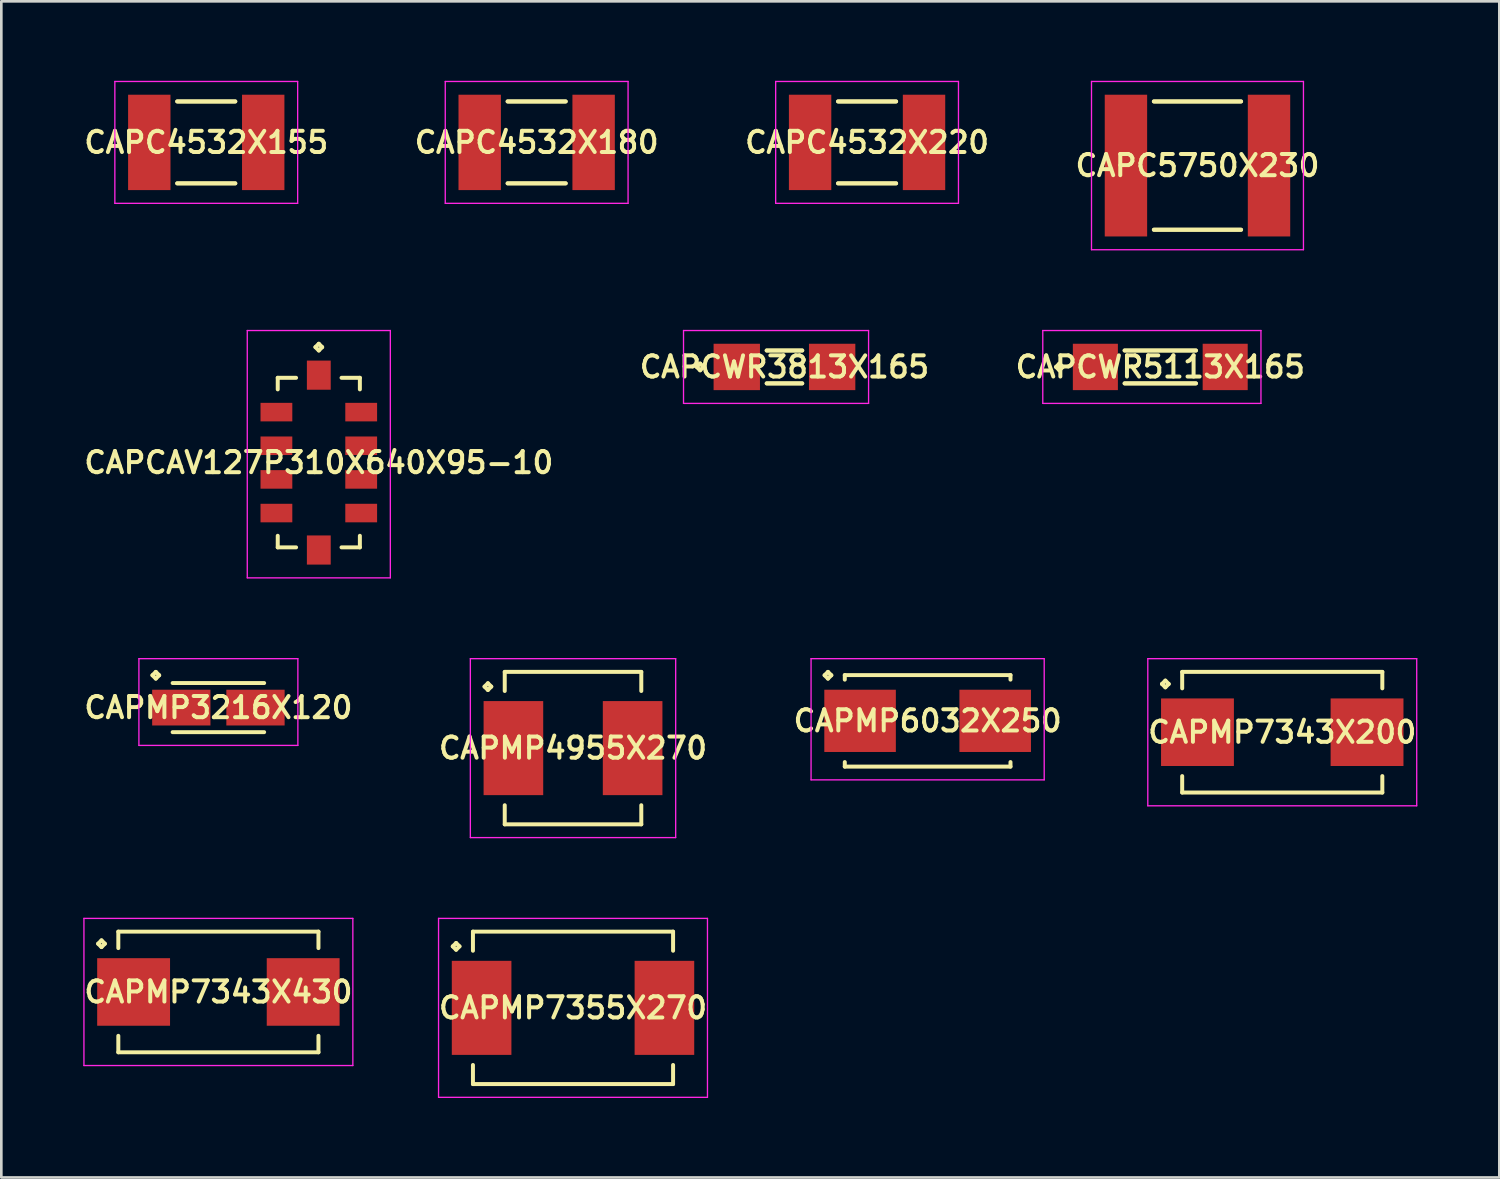
<source format=kicad_pcb>
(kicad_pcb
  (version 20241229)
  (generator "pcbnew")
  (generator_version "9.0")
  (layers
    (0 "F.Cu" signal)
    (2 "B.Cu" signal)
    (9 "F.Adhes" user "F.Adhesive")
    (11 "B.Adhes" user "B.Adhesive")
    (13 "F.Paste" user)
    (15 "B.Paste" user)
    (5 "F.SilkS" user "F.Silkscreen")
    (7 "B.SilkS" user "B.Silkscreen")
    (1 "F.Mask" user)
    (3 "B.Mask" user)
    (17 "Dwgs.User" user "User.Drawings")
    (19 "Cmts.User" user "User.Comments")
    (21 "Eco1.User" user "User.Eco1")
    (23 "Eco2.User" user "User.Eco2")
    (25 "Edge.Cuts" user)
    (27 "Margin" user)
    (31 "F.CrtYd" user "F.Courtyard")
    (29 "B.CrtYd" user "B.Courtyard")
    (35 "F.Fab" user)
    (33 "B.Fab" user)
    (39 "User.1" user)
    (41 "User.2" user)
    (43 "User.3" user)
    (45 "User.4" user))
  (footprint "CAPMP7343X200"
    (layer "F.Cu")
    (at 45.348 24.587)
    (property "Reference" "CAPMP7343X200" (at 0 0 0) (layer "F.SilkS") (effects (font (size 0.8 0.8) (thickness 0.15))))
    (attr smd)
    (fp_line (start -4.539 -1.821) (end -4.412 -1.948) (stroke (width 0.15) (type solid)) (layer "F.SilkS"))
    (fp_line (start -4.412 -1.948) (end -4.285 -1.821) (stroke (width 0.15) (type solid)) (layer "F.SilkS"))
    (fp_line (start -4.412 -1.694) (end -4.539 -1.821) (stroke (width 0.15) (type solid)) (layer "F.SilkS"))
    (fp_line (start -4.285 -1.821) (end -4.412 -1.694) (stroke (width 0.15) (type solid)) (layer "F.SilkS"))
    (fp_line (start -3.777 -2.277) (end 3.777 -2.277) (stroke (width 0.15) (type solid)) (layer "F.SilkS"))
    (fp_line (start -3.777 -1.656) (end -3.777 -2.277) (stroke (width 0.15) (type solid)) (layer "F.SilkS"))
    (fp_line (start -3.777 1.656) (end -3.777 2.277) (stroke (width 0.15) (type solid)) (layer "F.SilkS"))
    (fp_line (start -3.777 2.277) (end 3.777 2.277) (stroke (width 0.15) (type solid)) (layer "F.SilkS"))
    (fp_line (start 3.777 -2.277) (end 3.777 -1.656) (stroke (width 0.15) (type solid)) (layer "F.SilkS"))
    (fp_line (start 3.777 2.277) (end 3.777 1.656) (stroke (width 0.15) (type solid)) (layer "F.SilkS"))
    (fp_line (start -5.075 -2.777) (end 5.075 -2.777) (stroke (width 0.05) (type solid)) (layer "F.CrtYd"))
    (fp_line (start -5.075 2.777) (end -5.075 -2.777) (stroke (width 0.05) (type solid)) (layer "F.CrtYd"))
    (fp_line (start 5.075 -2.777) (end 5.075 2.777) (stroke (width 0.05) (type solid)) (layer "F.CrtYd"))
    (fp_line (start 5.075 2.777) (end -5.075 2.777) (stroke (width 0.05) (type solid)) (layer "F.CrtYd"))
    (pad "1" smd rect (at -3.2 0) (size 2.75 2.55) (layers "F.Cu" "F.Mask" "F.Paste"))
    (pad "2" smd rect (at 3.2 0) (size 2.75 2.55) (layers "F.Cu" "F.Mask" "F.Paste")))
  (footprint "CAPCAV127P310X640X95-10"
    (layer "F.Cu")
    (at 8.983 14.41)
    (property "Reference" "CAPCAV127P310X640X95-10" (at 0 0 0) (layer "F.SilkS") (effects (font (size 0.8 0.8) (thickness 0.15))))
    (attr smd)
    (fp_line (start -1.55 -3.2) (end -0.858 -3.2) (stroke (width 0.15) (type solid)) (layer "F.SilkS"))
    (fp_line (start -1.55 -2.763) (end -1.55 -3.2) (stroke (width 0.15) (type solid)) (layer "F.SilkS"))
    (fp_line (start -1.55 2.763) (end -1.55 3.2) (stroke (width 0.15) (type solid)) (layer "F.SilkS"))
    (fp_line (start -1.55 3.2) (end -0.858 3.2) (stroke (width 0.15) (type solid)) (layer "F.SilkS"))
    (fp_line (start -0.127 -4.358) (end 0 -4.485) (stroke (width 0.15) (type solid)) (layer "F.SilkS"))
    (fp_line (start 0 -4.485) (end 0.127 -4.358) (stroke (width 0.15) (type solid)) (layer "F.SilkS"))
    (fp_line (start 0 -4.231) (end -0.127 -4.358) (stroke (width 0.15) (type solid)) (layer "F.SilkS"))
    (fp_line (start 0.127 -4.358) (end 0 -4.231) (stroke (width 0.15) (type solid)) (layer "F.SilkS"))
    (fp_line (start 1.55 -3.2) (end 0.858 -3.2) (stroke (width 0.15) (type solid)) (layer "F.SilkS"))
    (fp_line (start 1.55 -2.763) (end 1.55 -3.2) (stroke (width 0.15) (type solid)) (layer "F.SilkS"))
    (fp_line (start 1.55 2.763) (end 1.55 3.2) (stroke (width 0.15) (type solid)) (layer "F.SilkS"))
    (fp_line (start 1.55 3.2) (end 0.858 3.2) (stroke (width 0.15) (type solid)) (layer "F.SilkS"))
    (fp_line (start -2.7 -4.985) (end 2.7 -4.985) (stroke (width 0.05) (type solid)) (layer "F.CrtYd"))
    (fp_line (start -2.7 4.35) (end -2.7 -4.985) (stroke (width 0.05) (type solid)) (layer "F.CrtYd"))
    (fp_line (start 2.7 -4.985) (end 2.7 4.35) (stroke (width 0.05) (type solid)) (layer "F.CrtYd"))
    (fp_line (start 2.7 4.35) (end -2.7 4.35) (stroke (width 0.05) (type solid)) (layer "F.CrtYd"))
    (pad "1" smd rect (at 0 -3.3) (size 0.9 1.1) (layers "F.Cu" "F.Mask" "F.Paste"))
    (pad "2" smd rect (at -1.6 -1.905) (size 1.2 0.7) (layers "F.Cu" "F.Mask" "F.Paste"))
    (pad "3" smd rect (at -1.6 -0.635) (size 1.2 0.7) (layers "F.Cu" "F.Mask" "F.Paste"))
    (pad "4" smd rect (at -1.6 0.635) (size 1.2 0.7) (layers "F.Cu" "F.Mask" "F.Paste"))
    (pad "5" smd rect (at -1.6 1.905) (size 1.2 0.7) (layers "F.Cu" "F.Mask" "F.Paste"))
    (pad "6" smd rect (at 0 3.3) (size 0.9 1.1) (layers "F.Cu" "F.Mask" "F.Paste"))
    (pad "7" smd rect (at 1.6 1.905) (size 1.2 0.7) (layers "F.Cu" "F.Mask" "F.Paste"))
    (pad "8" smd rect (at 1.6 0.635) (size 1.2 0.7) (layers "F.Cu" "F.Mask" "F.Paste"))
    (pad "9" smd rect (at 1.6 -0.635) (size 1.2 0.7) (layers "F.Cu" "F.Mask" "F.Paste"))
    (pad "10" smd rect (at 1.6 -1.905) (size 1.2 0.7) (layers "F.Cu" "F.Mask" "F.Paste")))
  (footprint "CAPMP7343X430"
    (layer "F.Cu")
    (at 5.193 34.391)
    (property "Reference" "CAPMP7343X430" (at 0 0 0) (layer "F.SilkS") (effects (font (size 0.8 0.8) (thickness 0.15))))
    (attr smd)
    (fp_line (start -4.539 -1.821) (end -4.412 -1.948) (stroke (width 0.15) (type solid)) (layer "F.SilkS"))
    (fp_line (start -4.412 -1.948) (end -4.285 -1.821) (stroke (width 0.15) (type solid)) (layer "F.SilkS"))
    (fp_line (start -4.412 -1.694) (end -4.539 -1.821) (stroke (width 0.15) (type solid)) (layer "F.SilkS"))
    (fp_line (start -4.285 -1.821) (end -4.412 -1.694) (stroke (width 0.15) (type solid)) (layer "F.SilkS"))
    (fp_line (start -3.777 -2.277) (end 3.777 -2.277) (stroke (width 0.15) (type solid)) (layer "F.SilkS"))
    (fp_line (start -3.777 -1.656) (end -3.777 -2.277) (stroke (width 0.15) (type solid)) (layer "F.SilkS"))
    (fp_line (start -3.777 1.656) (end -3.777 2.277) (stroke (width 0.15) (type solid)) (layer "F.SilkS"))
    (fp_line (start -3.777 2.277) (end 3.777 2.277) (stroke (width 0.15) (type solid)) (layer "F.SilkS"))
    (fp_line (start 3.777 -2.277) (end 3.777 -1.656) (stroke (width 0.15) (type solid)) (layer "F.SilkS"))
    (fp_line (start 3.777 2.277) (end 3.777 1.656) (stroke (width 0.15) (type solid)) (layer "F.SilkS"))
    (fp_line (start -5.075 -2.777) (end 5.075 -2.777) (stroke (width 0.05) (type solid)) (layer "F.CrtYd"))
    (fp_line (start -5.075 2.777) (end -5.075 -2.777) (stroke (width 0.05) (type solid)) (layer "F.CrtYd"))
    (fp_line (start 5.075 -2.777) (end 5.075 2.777) (stroke (width 0.05) (type solid)) (layer "F.CrtYd"))
    (fp_line (start 5.075 2.777) (end -5.075 2.777) (stroke (width 0.05) (type solid)) (layer "F.CrtYd"))
    (pad "1" smd rect (at -3.2 0) (size 2.75 2.55) (layers "F.Cu" "F.Mask" "F.Paste"))
    (pad "2" smd rect (at 3.2 0) (size 2.75 2.55) (layers "F.Cu" "F.Mask" "F.Paste")))
  (footprint "CAPCWR5113X165"
    (layer "F.Cu")
    (at 40.744 10.8)
    (property "Reference" "CAPCWR5113X165" (at 0 0 0) (layer "F.SilkS") (effects (font (size 0.8 0.8) (thickness 0.15))))
    (attr smd)
    (fp_line (start -3.935 0) (end -3.808 -0.127) (stroke (width 0.15) (type solid)) (layer "F.SilkS"))
    (fp_line (start -3.808 -0.127) (end -3.681 0) (stroke (width 0.15) (type solid)) (layer "F.SilkS"))
    (fp_line (start -3.808 0.127) (end -3.935 0) (stroke (width 0.15) (type solid)) (layer "F.SilkS"))
    (fp_line (start -3.681 0) (end -3.808 0.127) (stroke (width 0.15) (type solid)) (layer "F.SilkS"))
    (fp_line (start -1.346 -0.621) (end 1.346 -0.621) (stroke (width 0.15) (type solid)) (layer "F.SilkS"))
    (fp_line (start -1.346 0.621) (end 1.346 0.621) (stroke (width 0.15) (type solid)) (layer "F.SilkS"))
    (fp_line (start 1.346 -0.621) (end -1.346 -0.621) (stroke (width 0.15) (type solid)) (layer "F.SilkS"))
    (fp_line (start 1.346 0.621) (end -1.346 0.621) (stroke (width 0.15) (type solid)) (layer "F.SilkS"))
    (fp_line (start -4.435 -1.375) (end 3.8 -1.375) (stroke (width 0.05) (type solid)) (layer "F.CrtYd"))
    (fp_line (start -4.435 1.375) (end -4.435 -1.375) (stroke (width 0.05) (type solid)) (layer "F.CrtYd"))
    (fp_line (start 3.8 -1.375) (end 3.8 1.375) (stroke (width 0.05) (type solid)) (layer "F.CrtYd"))
    (fp_line (start 3.8 1.375) (end -4.435 1.375) (stroke (width 0.05) (type solid)) (layer "F.CrtYd"))
    (pad "1" smd rect (at -2.45 0) (size 1.7 1.75) (layers "F.Cu" "F.Mask" "F.Paste"))
    (pad "2" smd rect (at 2.45 0) (size 1.7 1.75) (layers "F.Cu" "F.Mask" "F.Paste")))
  (footprint "CAPMP6032X250"
    (layer "F.Cu")
    (at 31.963 24.158)
    (property "Reference" "CAPMP6032X250" (at 0 0 0) (layer "F.SilkS") (effects (font (size 0.8 0.8) (thickness 0.15))))
    (attr smd)
    (fp_line (start -3.889 -1.721) (end -3.762 -1.848) (stroke (width 0.15) (type solid)) (layer "F.SilkS"))
    (fp_line (start -3.762 -1.848) (end -3.635 -1.721) (stroke (width 0.15) (type solid)) (layer "F.SilkS"))
    (fp_line (start -3.762 -1.594) (end -3.889 -1.721) (stroke (width 0.15) (type solid)) (layer "F.SilkS"))
    (fp_line (start -3.635 -1.721) (end -3.762 -1.594) (stroke (width 0.15) (type solid)) (layer "F.SilkS"))
    (fp_line (start -3.127 -1.727) (end 3.127 -1.727) (stroke (width 0.15) (type solid)) (layer "F.SilkS"))
    (fp_line (start -3.127 -1.556) (end -3.127 -1.727) (stroke (width 0.15) (type solid)) (layer "F.SilkS"))
    (fp_line (start -3.127 1.556) (end -3.127 1.727) (stroke (width 0.15) (type solid)) (layer "F.SilkS"))
    (fp_line (start -3.127 1.727) (end 3.127 1.727) (stroke (width 0.15) (type solid)) (layer "F.SilkS"))
    (fp_line (start 3.127 -1.727) (end 3.127 -1.556) (stroke (width 0.15) (type solid)) (layer "F.SilkS"))
    (fp_line (start 3.127 1.727) (end 3.127 1.556) (stroke (width 0.15) (type solid)) (layer "F.SilkS"))
    (fp_line (start -4.4 -2.348) (end 4.4 -2.348) (stroke (width 0.05) (type solid)) (layer "F.CrtYd"))
    (fp_line (start -4.4 2.227) (end -4.4 -2.348) (stroke (width 0.05) (type solid)) (layer "F.CrtYd"))
    (fp_line (start 4.4 -2.348) (end 4.4 2.227) (stroke (width 0.05) (type solid)) (layer "F.CrtYd"))
    (fp_line (start 4.4 2.227) (end -4.4 2.227) (stroke (width 0.05) (type solid)) (layer "F.CrtYd"))
    (pad "1" smd rect (at -2.55 0) (size 2.7 2.35) (layers "F.Cu" "F.Mask" "F.Paste"))
    (pad "2" smd rect (at 2.55 0) (size 2.7 2.35) (layers "F.Cu" "F.Mask" "F.Paste")))
  (footprint "CAPC4532X155"
    (layer "F.Cu")
    (at 4.735 2.325)
    (property "Reference" "CAPC4532X155" (at 0 0 0) (layer "F.SilkS") (effects (font (size 0.8 0.8) (thickness 0.15))))
    (attr smd)
    (fp_line (start -1.096 -1.546) (end 1.096 -1.546) (stroke (width 0.15) (type solid)) (layer "F.SilkS"))
    (fp_line (start -1.096 1.546) (end 1.096 1.546) (stroke (width 0.15) (type solid)) (layer "F.SilkS"))
    (fp_line (start 1.096 -1.546) (end -1.096 -1.546) (stroke (width 0.15) (type solid)) (layer "F.SilkS"))
    (fp_line (start 1.096 1.546) (end -1.096 1.546) (stroke (width 0.15) (type solid)) (layer "F.SilkS"))
    (fp_line (start -3.45 -2.3) (end 3.45 -2.3) (stroke (width 0.05) (type solid)) (layer "F.CrtYd"))
    (fp_line (start -3.45 2.3) (end -3.45 -2.3) (stroke (width 0.05) (type solid)) (layer "F.CrtYd"))
    (fp_line (start 3.45 -2.3) (end 3.45 2.3) (stroke (width 0.05) (type solid)) (layer "F.CrtYd"))
    (fp_line (start 3.45 2.3) (end -3.45 2.3) (stroke (width 0.05) (type solid)) (layer "F.CrtYd"))
    (pad "1" smd rect (at -2.15 0) (size 1.6 3.6) (layers "F.Cu" "F.Mask" "F.Paste"))
    (pad "2" smd rect (at 2.15 0) (size 1.6 3.6) (layers "F.Cu" "F.Mask" "F.Paste")))
  (footprint "CAPMP3216X120"
    (layer "F.Cu")
    (at 5.193 23.658)
    (property "Reference" "CAPMP3216X120" (at 0 0 0) (layer "F.SilkS") (effects (font (size 0.8 0.8) (thickness 0.15))))
    (attr smd)
    (fp_line (start -2.489 -1.221) (end -2.362 -1.348) (stroke (width 0.15) (type solid)) (layer "F.SilkS"))
    (fp_line (start -2.362 -1.348) (end -2.235 -1.221) (stroke (width 0.15) (type solid)) (layer "F.SilkS"))
    (fp_line (start -2.362 -1.094) (end -2.489 -1.221) (stroke (width 0.15) (type solid)) (layer "F.SilkS"))
    (fp_line (start -2.235 -1.221) (end -2.362 -1.094) (stroke (width 0.15) (type solid)) (layer "F.SilkS"))
    (fp_line (start -1.727 -0.927) (end 1.727 -0.927) (stroke (width 0.15) (type solid)) (layer "F.SilkS"))
    (fp_line (start -1.727 0.927) (end 1.727 0.927) (stroke (width 0.15) (type solid)) (layer "F.SilkS"))
    (fp_line (start -3 -1.848) (end 3 -1.848) (stroke (width 0.05) (type solid)) (layer "F.CrtYd"))
    (fp_line (start -3 1.427) (end -3 -1.848) (stroke (width 0.05) (type solid)) (layer "F.CrtYd"))
    (fp_line (start 3 -1.848) (end 3 1.427) (stroke (width 0.05) (type solid)) (layer "F.CrtYd"))
    (fp_line (start 3 1.427) (end -3 1.427) (stroke (width 0.05) (type solid)) (layer "F.CrtYd"))
    (pad "1" smd rect (at -1.4 0) (size 2.2 1.35) (layers "F.Cu" "F.Mask" "F.Paste"))
    (pad "2" smd rect (at 1.4 0) (size 2.2 1.35) (layers "F.Cu" "F.Mask" "F.Paste")))
  (footprint "CAPCWR3813X165"
    (layer "F.Cu")
    (at 26.559 10.8)
    (property "Reference" "CAPCWR3813X165" (at 0 0 0) (layer "F.SilkS") (effects (font (size 0.8 0.8) (thickness 0.15))))
    (attr smd)
    (fp_line (start -3.31 0) (end -3.183 -0.127) (stroke (width 0.15) (type solid)) (layer "F.SilkS"))
    (fp_line (start -3.183 -0.127) (end -3.056 0) (stroke (width 0.15) (type solid)) (layer "F.SilkS"))
    (fp_line (start -3.183 0.127) (end -3.31 0) (stroke (width 0.15) (type solid)) (layer "F.SilkS"))
    (fp_line (start -3.056 0) (end -3.183 0.127) (stroke (width 0.15) (type solid)) (layer "F.SilkS"))
    (fp_line (start -0.671 -0.621) (end 0.671 -0.621) (stroke (width 0.15) (type solid)) (layer "F.SilkS"))
    (fp_line (start -0.671 0.621) (end 0.671 0.621) (stroke (width 0.15) (type solid)) (layer "F.SilkS"))
    (fp_line (start 0.671 -0.621) (end -0.671 -0.621) (stroke (width 0.15) (type solid)) (layer "F.SilkS"))
    (fp_line (start 0.671 0.621) (end -0.671 0.621) (stroke (width 0.15) (type solid)) (layer "F.SilkS"))
    (fp_line (start -3.81 -1.375) (end 3.175 -1.375) (stroke (width 0.05) (type solid)) (layer "F.CrtYd"))
    (fp_line (start -3.81 1.375) (end -3.81 -1.375) (stroke (width 0.05) (type solid)) (layer "F.CrtYd"))
    (fp_line (start 3.175 -1.375) (end 3.175 1.375) (stroke (width 0.05) (type solid)) (layer "F.CrtYd"))
    (fp_line (start 3.175 1.375) (end -3.81 1.375) (stroke (width 0.05) (type solid)) (layer "F.CrtYd"))
    (pad "1" smd rect (at -1.8 0) (size 1.75 1.75) (layers "F.Cu" "F.Mask" "F.Paste"))
    (pad "2" smd rect (at 1.8 0) (size 1.75 1.75) (layers "F.Cu" "F.Mask" "F.Paste")))
  (footprint "CAPC4532X220"
    (layer "F.Cu")
    (at 29.677 2.325)
    (property "Reference" "CAPC4532X220" (at 0 0 0) (layer "F.SilkS") (effects (font (size 0.8 0.8) (thickness 0.15))))
    (attr smd)
    (fp_line (start -1.096 -1.546) (end 1.096 -1.546) (stroke (width 0.15) (type solid)) (layer "F.SilkS"))
    (fp_line (start -1.096 1.546) (end 1.096 1.546) (stroke (width 0.15) (type solid)) (layer "F.SilkS"))
    (fp_line (start 1.096 -1.546) (end -1.096 -1.546) (stroke (width 0.15) (type solid)) (layer "F.SilkS"))
    (fp_line (start 1.096 1.546) (end -1.096 1.546) (stroke (width 0.15) (type solid)) (layer "F.SilkS"))
    (fp_line (start -3.45 -2.3) (end 3.45 -2.3) (stroke (width 0.05) (type solid)) (layer "F.CrtYd"))
    (fp_line (start -3.45 2.3) (end -3.45 -2.3) (stroke (width 0.05) (type solid)) (layer "F.CrtYd"))
    (fp_line (start 3.45 -2.3) (end 3.45 2.3) (stroke (width 0.05) (type solid)) (layer "F.CrtYd"))
    (fp_line (start 3.45 2.3) (end -3.45 2.3) (stroke (width 0.05) (type solid)) (layer "F.CrtYd"))
    (pad "1" smd rect (at -2.15 0) (size 1.6 3.6) (layers "F.Cu" "F.Mask" "F.Paste"))
    (pad "2" smd rect (at 2.15 0) (size 1.6 3.6) (layers "F.Cu" "F.Mask" "F.Paste")))
  (footprint "CAPMP7355X270"
    (layer "F.Cu")
    (at 18.578 34.991)
    (property "Reference" "CAPMP7355X270" (at 0 0 0) (layer "F.SilkS") (effects (font (size 0.8 0.8) (thickness 0.15))))
    (attr smd)
    (fp_line (start -4.539 -2.321) (end -4.412 -2.448) (stroke (width 0.15) (type solid)) (layer "F.SilkS"))
    (fp_line (start -4.412 -2.448) (end -4.285 -2.321) (stroke (width 0.15) (type solid)) (layer "F.SilkS"))
    (fp_line (start -4.412 -2.194) (end -4.539 -2.321) (stroke (width 0.15) (type solid)) (layer "F.SilkS"))
    (fp_line (start -4.285 -2.321) (end -4.412 -2.194) (stroke (width 0.15) (type solid)) (layer "F.SilkS"))
    (fp_line (start -3.777 -2.877) (end 3.777 -2.877) (stroke (width 0.15) (type solid)) (layer "F.SilkS"))
    (fp_line (start -3.777 -2.156) (end -3.777 -2.877) (stroke (width 0.15) (type solid)) (layer "F.SilkS"))
    (fp_line (start -3.777 2.156) (end -3.777 2.877) (stroke (width 0.15) (type solid)) (layer "F.SilkS"))
    (fp_line (start -3.777 2.877) (end 3.777 2.877) (stroke (width 0.15) (type solid)) (layer "F.SilkS"))
    (fp_line (start 3.777 -2.877) (end 3.777 -2.156) (stroke (width 0.15) (type solid)) (layer "F.SilkS"))
    (fp_line (start 3.777 2.877) (end 3.777 2.156) (stroke (width 0.15) (type solid)) (layer "F.SilkS"))
    (fp_line (start -5.075 -3.377) (end 5.075 -3.377) (stroke (width 0.05) (type solid)) (layer "F.CrtYd"))
    (fp_line (start -5.075 3.377) (end -5.075 -3.377) (stroke (width 0.05) (type solid)) (layer "F.CrtYd"))
    (fp_line (start 5.075 -3.377) (end 5.075 3.377) (stroke (width 0.05) (type solid)) (layer "F.CrtYd"))
    (fp_line (start 5.075 3.377) (end -5.075 3.377) (stroke (width 0.05) (type solid)) (layer "F.CrtYd"))
    (pad "1" smd rect (at -3.45 0) (size 2.25 3.55) (layers "F.Cu" "F.Mask" "F.Paste"))
    (pad "2" smd rect (at 3.45 0) (size 2.25 3.55) (layers "F.Cu" "F.Mask" "F.Paste")))
  (footprint "CAPC4532X180"
    (layer "F.Cu")
    (at 17.206 2.325)
    (property "Reference" "CAPC4532X180" (at 0 0 0) (layer "F.SilkS") (effects (font (size 0.8 0.8) (thickness 0.15))))
    (attr smd)
    (fp_line (start -1.096 -1.546) (end 1.096 -1.546) (stroke (width 0.15) (type solid)) (layer "F.SilkS"))
    (fp_line (start -1.096 1.546) (end 1.096 1.546) (stroke (width 0.15) (type solid)) (layer "F.SilkS"))
    (fp_line (start 1.096 -1.546) (end -1.096 -1.546) (stroke (width 0.15) (type solid)) (layer "F.SilkS"))
    (fp_line (start 1.096 1.546) (end -1.096 1.546) (stroke (width 0.15) (type solid)) (layer "F.SilkS"))
    (fp_line (start -3.45 -2.3) (end 3.45 -2.3) (stroke (width 0.05) (type solid)) (layer "F.CrtYd"))
    (fp_line (start -3.45 2.3) (end -3.45 -2.3) (stroke (width 0.05) (type solid)) (layer "F.CrtYd"))
    (fp_line (start 3.45 -2.3) (end 3.45 2.3) (stroke (width 0.05) (type solid)) (layer "F.CrtYd"))
    (fp_line (start 3.45 2.3) (end -3.45 2.3) (stroke (width 0.05) (type solid)) (layer "F.CrtYd"))
    (pad "1" smd rect (at -2.15 0) (size 1.6 3.6) (layers "F.Cu" "F.Mask" "F.Paste"))
    (pad "2" smd rect (at 2.15 0) (size 1.6 3.6) (layers "F.Cu" "F.Mask" "F.Paste")))
  (footprint "CAPC5750X230"
    (layer "F.Cu")
    (at 42.148 3.2)
    (property "Reference" "CAPC5750X230" (at 0 0 0) (layer "F.SilkS") (effects (font (size 0.8 0.8) (thickness 0.15))))
    (attr smd)
    (fp_line (start -1.646 -2.421) (end 1.646 -2.421) (stroke (width 0.15) (type solid)) (layer "F.SilkS"))
    (fp_line (start -1.646 2.421) (end 1.646 2.421) (stroke (width 0.15) (type solid)) (layer "F.SilkS"))
    (fp_line (start 1.646 -2.421) (end -1.646 -2.421) (stroke (width 0.15) (type solid)) (layer "F.SilkS"))
    (fp_line (start 1.646 2.421) (end -1.646 2.421) (stroke (width 0.15) (type solid)) (layer "F.SilkS"))
    (fp_line (start -4 -3.175) (end 4 -3.175) (stroke (width 0.05) (type solid)) (layer "F.CrtYd"))
    (fp_line (start -4 3.175) (end -4 -3.175) (stroke (width 0.05) (type solid)) (layer "F.CrtYd"))
    (fp_line (start 4 -3.175) (end 4 3.175) (stroke (width 0.05) (type solid)) (layer "F.CrtYd"))
    (fp_line (start 4 3.175) (end -4 3.175) (stroke (width 0.05) (type solid)) (layer "F.CrtYd"))
    (pad "1" smd rect (at -2.7 0) (size 1.6 5.35) (layers "F.Cu" "F.Mask" "F.Paste"))
    (pad "2" smd rect (at 2.7 0) (size 1.6 5.35) (layers "F.Cu" "F.Mask" "F.Paste")))
  (footprint "CAPMP4955X270"
    (layer "F.Cu")
    (at 18.578 25.187)
    (property "Reference" "CAPMP4955X270" (at 0 0 0) (layer "F.SilkS") (effects (font (size 0.8 0.8) (thickness 0.15))))
    (attr smd)
    (fp_line (start -3.339 -2.321) (end -3.212 -2.448) (stroke (width 0.15) (type solid)) (layer "F.SilkS"))
    (fp_line (start -3.212 -2.448) (end -3.085 -2.321) (stroke (width 0.15) (type solid)) (layer "F.SilkS"))
    (fp_line (start -3.212 -2.194) (end -3.339 -2.321) (stroke (width 0.15) (type solid)) (layer "F.SilkS"))
    (fp_line (start -3.085 -2.321) (end -3.212 -2.194) (stroke (width 0.15) (type solid)) (layer "F.SilkS"))
    (fp_line (start -2.577 -2.877) (end 2.577 -2.877) (stroke (width 0.15) (type solid)) (layer "F.SilkS"))
    (fp_line (start -2.577 -2.156) (end -2.577 -2.877) (stroke (width 0.15) (type solid)) (layer "F.SilkS"))
    (fp_line (start -2.577 2.156) (end -2.577 2.877) (stroke (width 0.15) (type solid)) (layer "F.SilkS"))
    (fp_line (start -2.577 2.877) (end 2.577 2.877) (stroke (width 0.15) (type solid)) (layer "F.SilkS"))
    (fp_line (start 2.577 -2.877) (end 2.577 -2.156) (stroke (width 0.15) (type solid)) (layer "F.SilkS"))
    (fp_line (start 2.577 2.877) (end 2.577 2.156) (stroke (width 0.15) (type solid)) (layer "F.SilkS"))
    (fp_line (start -3.875 -3.377) (end 3.875 -3.377) (stroke (width 0.05) (type solid)) (layer "F.CrtYd"))
    (fp_line (start -3.875 3.377) (end -3.875 -3.377) (stroke (width 0.05) (type solid)) (layer "F.CrtYd"))
    (fp_line (start 3.875 -3.377) (end 3.875 3.377) (stroke (width 0.05) (type solid)) (layer "F.CrtYd"))
    (fp_line (start 3.875 3.377) (end -3.875 3.377) (stroke (width 0.05) (type solid)) (layer "F.CrtYd"))
    (pad "1" smd rect (at -2.25 0) (size 2.25 3.55) (layers "F.Cu" "F.Mask" "F.Paste"))
    (pad "2" smd rect (at 2.25 0) (size 2.25 3.55) (layers "F.Cu" "F.Mask" "F.Paste")))
  (gr_rect
    (start -3 -3)
    (end 53.541 41.393)
    (stroke (width 0.1) (type default))
    (fill no)
    (layer "Edge.Cuts")))
</source>
